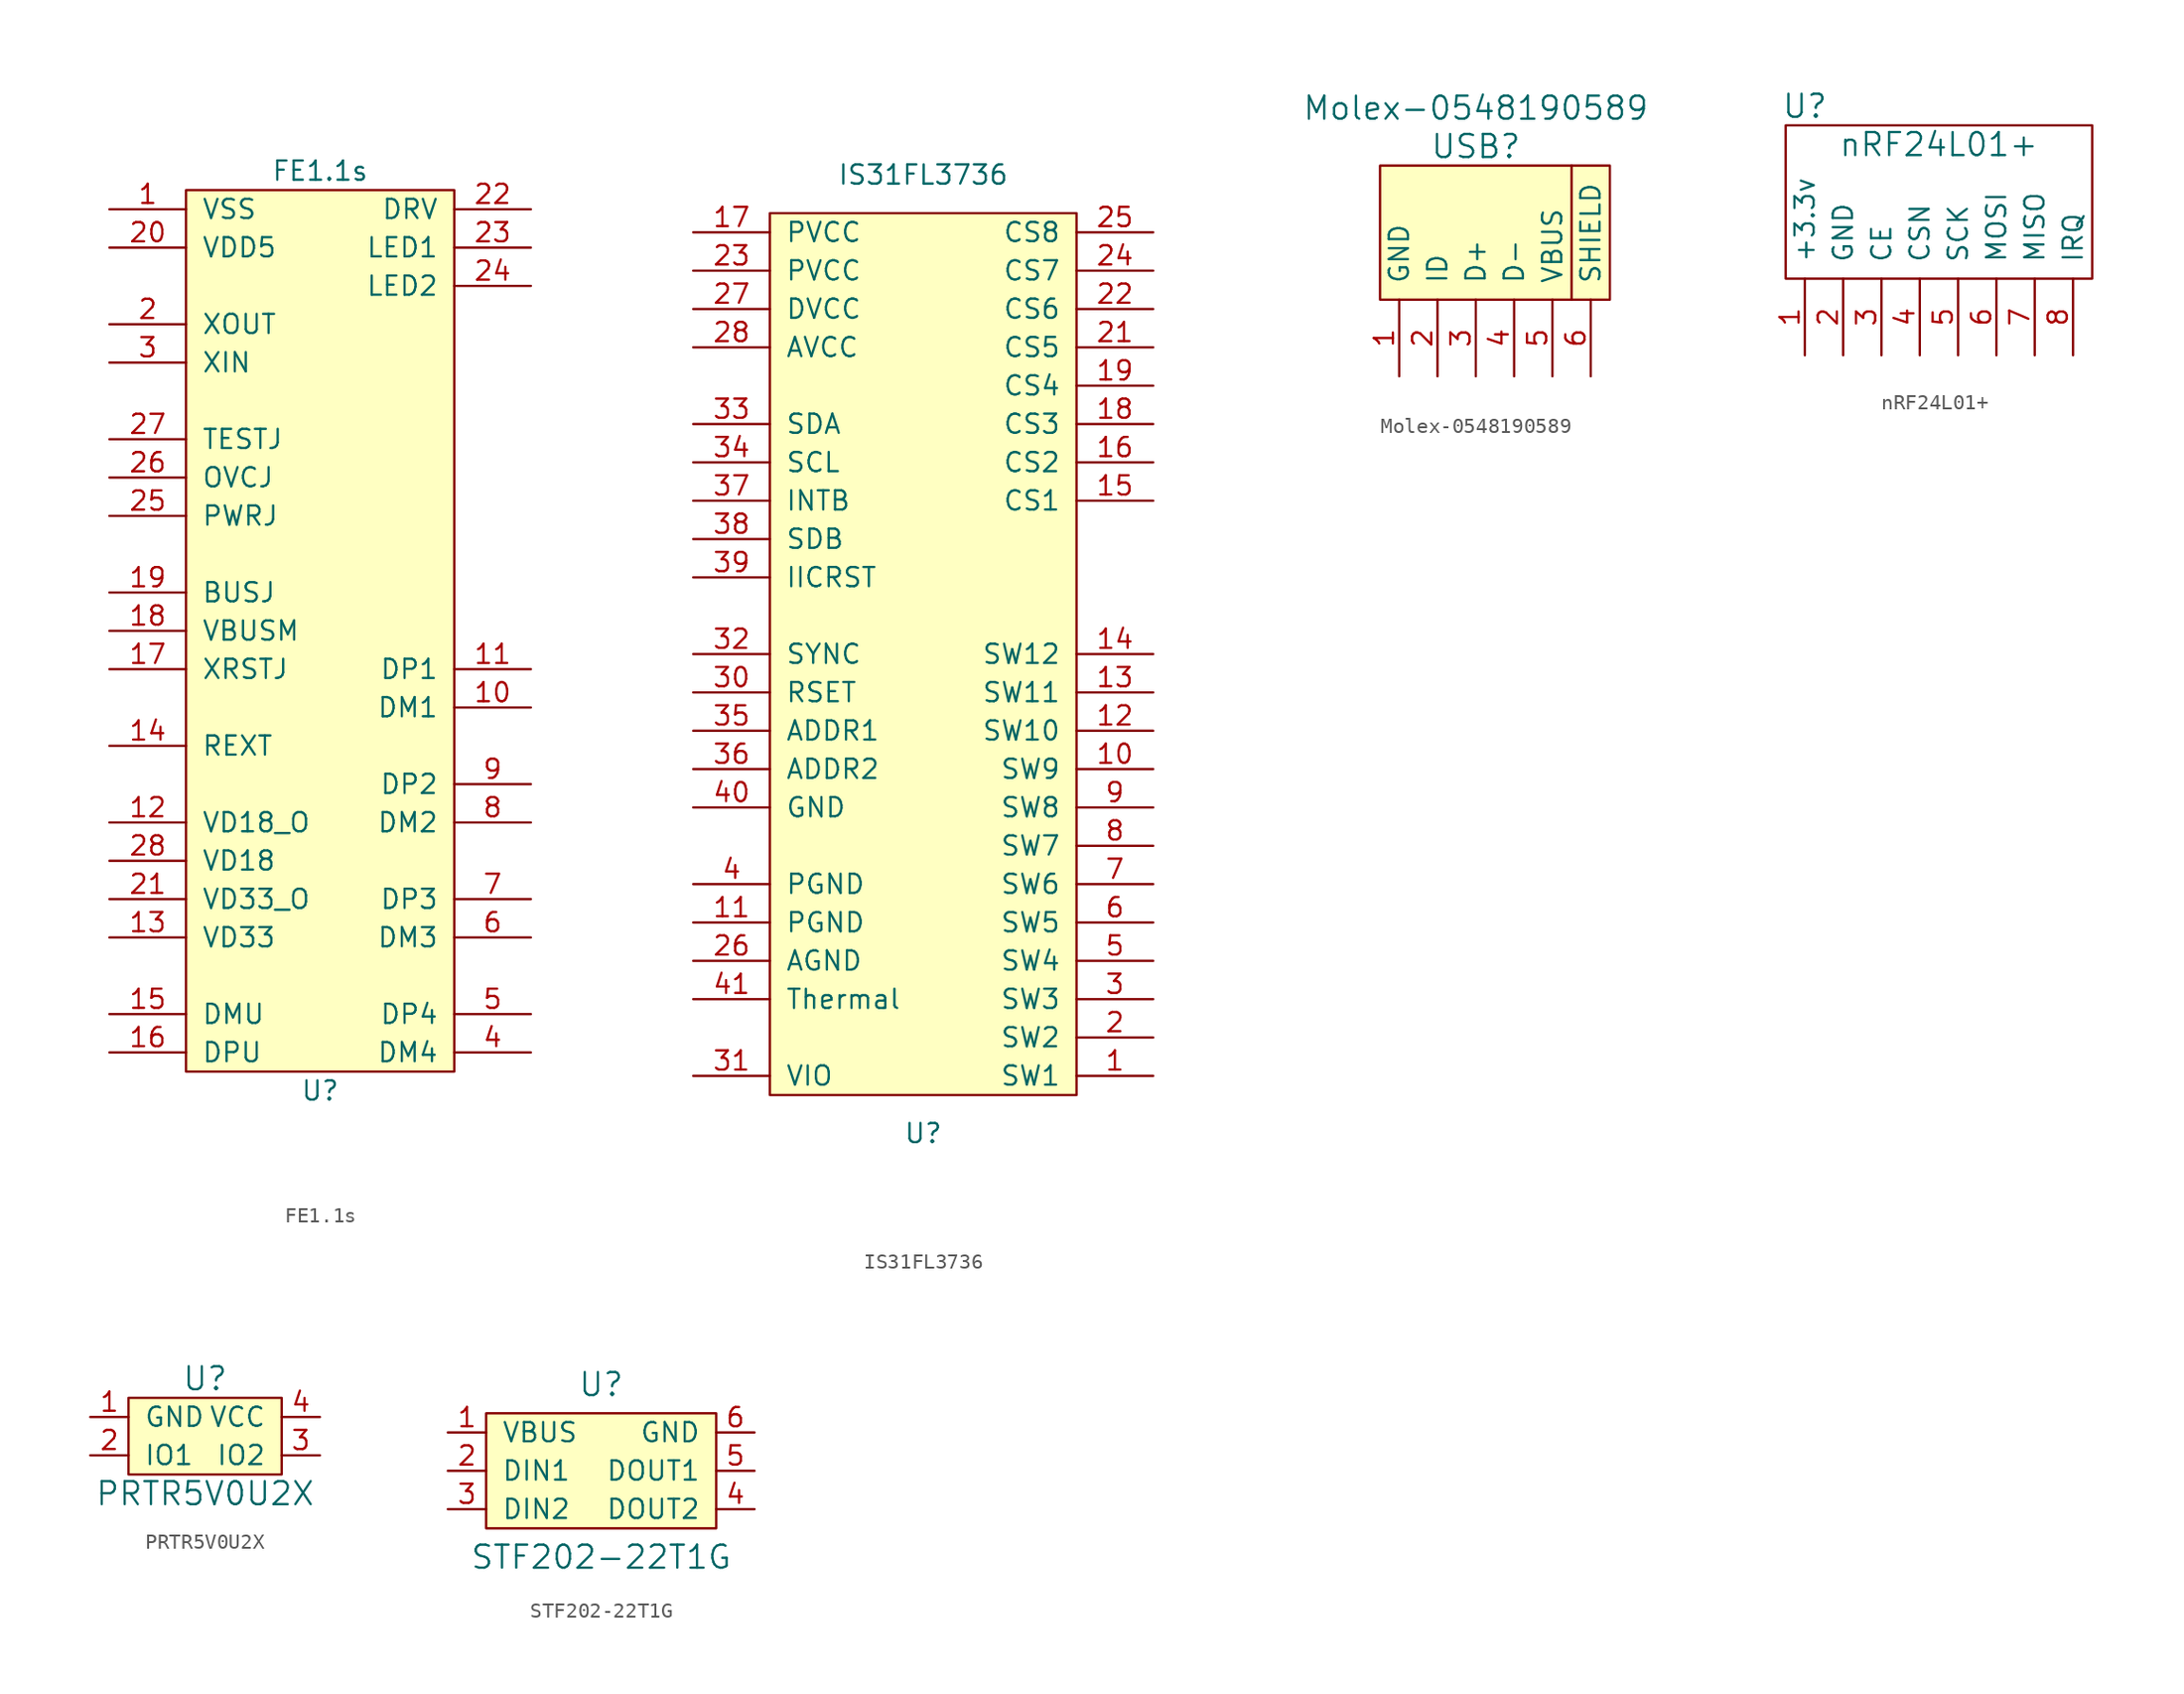
<source format=kicad_sym>
(kicad_symbol_lib
  (version 20211014)
  (generator kicad_symbol_editor)
  (symbol "FE1.1s"
    (pin_names
      (offset 1.016))
    (property "Reference" "U"
      (at 0 -29.21 0)
      (effects (font (size 1.27 1.27))))
    (property "Value" "FE1.1s"
      (at 0 31.75 0)
      (effects (font (size 1.27 1.27))))
    (symbol "FE1.1s_0_1"
      (rectangle (start -8.89 30.48) (end 8.89 -27.94) (stroke (width 0) (type default) (color 0 0 0 0)) (fill (type background))))
    (symbol "FE1.1s_1_1"
      (pin input line (at -13.97 29.21 0) (length 5.08) (name "VSS" (effects (font (size 1.27 1.27)))) (number "1" (effects (font (size 1.27 1.27)))))
      (pin input line (at 13.97 -3.81 180) (length 5.08) (name "DM1" (effects (font (size 1.27 1.27)))) (number "10" (effects (font (size 1.27 1.27)))))
      (pin input line (at 13.97 -1.27 180) (length 5.08) (name "DP1" (effects (font (size 1.27 1.27)))) (number "11" (effects (font (size 1.27 1.27)))))
      (pin input line (at -13.97 -11.43 0) (length 5.08) (name "VD18_O" (effects (font (size 1.27 1.27)))) (number "12" (effects (font (size 1.27 1.27)))))
      (pin input line (at -13.97 -19.05 0) (length 5.08) (name "VD33" (effects (font (size 1.27 1.27)))) (number "13" (effects (font (size 1.27 1.27)))))
      (pin input line (at -13.97 -6.35 0) (length 5.08) (name "REXT" (effects (font (size 1.27 1.27)))) (number "14" (effects (font (size 1.27 1.27)))))
      (pin input line (at -13.97 -24.13 0) (length 5.08) (name "DMU" (effects (font (size 1.27 1.27)))) (number "15" (effects (font (size 1.27 1.27)))))
      (pin input line (at -13.97 -26.67 0) (length 5.08) (name "DPU" (effects (font (size 1.27 1.27)))) (number "16" (effects (font (size 1.27 1.27)))))
      (pin input line (at -13.97 -1.27 0) (length 5.08) (name "XRSTJ" (effects (font (size 1.27 1.27)))) (number "17" (effects (font (size 1.27 1.27)))))
      (pin input line (at -13.97 1.27 0) (length 5.08) (name "VBUSM" (effects (font (size 1.27 1.27)))) (number "18" (effects (font (size 1.27 1.27)))))
      (pin input line (at -13.97 3.81 0) (length 5.08) (name "BUSJ" (effects (font (size 1.27 1.27)))) (number "19" (effects (font (size 1.27 1.27)))))
      (pin input line (at -13.97 21.59 0) (length 5.08) (name "XOUT" (effects (font (size 1.27 1.27)))) (number "2" (effects (font (size 1.27 1.27)))))
      (pin input line (at -13.97 26.67 0) (length 5.08) (name "VDD5" (effects (font (size 1.27 1.27)))) (number "20" (effects (font (size 1.27 1.27)))))
      (pin input line (at -13.97 -16.51 0) (length 5.08) (name "VD33_O" (effects (font (size 1.27 1.27)))) (number "21" (effects (font (size 1.27 1.27)))))
      (pin input line (at 13.97 29.21 180) (length 5.08) (name "DRV" (effects (font (size 1.27 1.27)))) (number "22" (effects (font (size 1.27 1.27)))))
      (pin input line (at 13.97 26.67 180) (length 5.08) (name "LED1" (effects (font (size 1.27 1.27)))) (number "23" (effects (font (size 1.27 1.27)))))
      (pin input line (at 13.97 24.13 180) (length 5.08) (name "LED2" (effects (font (size 1.27 1.27)))) (number "24" (effects (font (size 1.27 1.27)))))
      (pin input line (at -13.97 8.89 0) (length 5.08) (name "PWRJ" (effects (font (size 1.27 1.27)))) (number "25" (effects (font (size 1.27 1.27)))))
      (pin input line (at -13.97 11.43 0) (length 5.08) (name "OVCJ" (effects (font (size 1.27 1.27)))) (number "26" (effects (font (size 1.27 1.27)))))
      (pin input line (at -13.97 13.97 0) (length 5.08) (name "TESTJ" (effects (font (size 1.27 1.27)))) (number "27" (effects (font (size 1.27 1.27)))))
      (pin input line (at -13.97 -13.97 0) (length 5.08) (name "VD18" (effects (font (size 1.27 1.27)))) (number "28" (effects (font (size 1.27 1.27)))))
      (pin input line (at -13.97 19.05 0) (length 5.08) (name "XIN" (effects (font (size 1.27 1.27)))) (number "3" (effects (font (size 1.27 1.27)))))
      (pin input line (at 13.97 -26.67 180) (length 5.08) (name "DM4" (effects (font (size 1.27 1.27)))) (number "4" (effects (font (size 1.27 1.27)))))
      (pin input line (at 13.97 -24.13 180) (length 5.08) (name "DP4" (effects (font (size 1.27 1.27)))) (number "5" (effects (font (size 1.27 1.27)))))
      (pin input line (at 13.97 -19.05 180) (length 5.08) (name "DM3" (effects (font (size 1.27 1.27)))) (number "6" (effects (font (size 1.27 1.27)))))
      (pin input line (at 13.97 -16.51 180) (length 5.08) (name "DP3" (effects (font (size 1.27 1.27)))) (number "7" (effects (font (size 1.27 1.27)))))
      (pin input line (at 13.97 -11.43 180) (length 5.08) (name "DM2" (effects (font (size 1.27 1.27)))) (number "8" (effects (font (size 1.27 1.27)))))
      (pin input line (at 13.97 -8.89 180) (length 5.08) (name "DP2" (effects (font (size 1.27 1.27)))) (number "9" (effects (font (size 1.27 1.27)))))))
  (symbol "IS31FL3736"
    (pin_names
      (offset 1.016))
    (property "Reference" "U"
      (at 0 -31.75 0)
      (effects (font (size 1.27 1.27))))
    (property "Value" "IS31FL3736"
      (at 0 31.75 0)
      (effects (font (size 1.27 1.27))))
    (symbol "IS31FL3736_0_1"
      (rectangle (start -10.16 29.21) (end 10.16 -29.21) (stroke (width 0) (type default) (color 0 0 0 0)) (fill (type background))))
    (symbol "IS31FL3736_1_1"
      (pin input line (at 15.24 -27.94 180) (length 5.08) (name "SW1" (effects (font (size 1.27 1.27)))) (number "1" (effects (font (size 1.27 1.27)))))
      (pin input line (at 15.24 -7.62 180) (length 5.08) (name "SW9" (effects (font (size 1.27 1.27)))) (number "10" (effects (font (size 1.27 1.27)))))
      (pin input line (at -15.24 -17.78 0) (length 5.08) (name "PGND" (effects (font (size 1.27 1.27)))) (number "11" (effects (font (size 1.27 1.27)))))
      (pin input line (at 15.24 -5.08 180) (length 5.08) (name "SW10" (effects (font (size 1.27 1.27)))) (number "12" (effects (font (size 1.27 1.27)))))
      (pin input line (at 15.24 -2.54 180) (length 5.08) (name "SW11" (effects (font (size 1.27 1.27)))) (number "13" (effects (font (size 1.27 1.27)))))
      (pin input line (at 15.24 0 180) (length 5.08) (name "SW12" (effects (font (size 1.27 1.27)))) (number "14" (effects (font (size 1.27 1.27)))))
      (pin input line (at 15.24 10.16 180) (length 5.08) (name "CS1" (effects (font (size 1.27 1.27)))) (number "15" (effects (font (size 1.27 1.27)))))
      (pin input line (at 15.24 12.7 180) (length 5.08) (name "CS2" (effects (font (size 1.27 1.27)))) (number "16" (effects (font (size 1.27 1.27)))))
      (pin input line (at -15.24 27.94 0) (length 5.08) (name "PVCC" (effects (font (size 1.27 1.27)))) (number "17" (effects (font (size 1.27 1.27)))))
      (pin input line (at 15.24 15.24 180) (length 5.08) (name "CS3" (effects (font (size 1.27 1.27)))) (number "18" (effects (font (size 1.27 1.27)))))
      (pin input line (at 15.24 17.78 180) (length 5.08) (name "CS4" (effects (font (size 1.27 1.27)))) (number "19" (effects (font (size 1.27 1.27)))))
      (pin input line (at 15.24 -25.4 180) (length 5.08) (name "SW2" (effects (font (size 1.27 1.27)))) (number "2" (effects (font (size 1.27 1.27)))))
      (pin input line (at 15.24 20.32 180) (length 5.08) (name "CS5" (effects (font (size 1.27 1.27)))) (number "21" (effects (font (size 1.27 1.27)))))
      (pin input line (at 15.24 22.86 180) (length 5.08) (name "CS6" (effects (font (size 1.27 1.27)))) (number "22" (effects (font (size 1.27 1.27)))))
      (pin input line (at -15.24 25.4 0) (length 5.08) (name "PVCC" (effects (font (size 1.27 1.27)))) (number "23" (effects (font (size 1.27 1.27)))))
      (pin input line (at 15.24 25.4 180) (length 5.08) (name "CS7" (effects (font (size 1.27 1.27)))) (number "24" (effects (font (size 1.27 1.27)))))
      (pin input line (at 15.24 27.94 180) (length 5.08) (name "CS8" (effects (font (size 1.27 1.27)))) (number "25" (effects (font (size 1.27 1.27)))))
      (pin input line (at -15.24 -20.32 0) (length 5.08) (name "AGND" (effects (font (size 1.27 1.27)))) (number "26" (effects (font (size 1.27 1.27)))))
      (pin input line (at -15.24 22.86 0) (length 5.08) (name "DVCC" (effects (font (size 1.27 1.27)))) (number "27" (effects (font (size 1.27 1.27)))))
      (pin input line (at -15.24 20.32 0) (length 5.08) (name "AVCC" (effects (font (size 1.27 1.27)))) (number "28" (effects (font (size 1.27 1.27)))))
      (pin input line (at 15.24 -22.86 180) (length 5.08) (name "SW3" (effects (font (size 1.27 1.27)))) (number "3" (effects (font (size 1.27 1.27)))))
      (pin input line (at -15.24 -2.54 0) (length 5.08) (name "RSET" (effects (font (size 1.27 1.27)))) (number "30" (effects (font (size 1.27 1.27)))))
      (pin input line (at -15.24 -27.94 0) (length 5.08) (name "VIO" (effects (font (size 1.27 1.27)))) (number "31" (effects (font (size 1.27 1.27)))))
      (pin input line (at -15.24 0 0) (length 5.08) (name "SYNC" (effects (font (size 1.27 1.27)))) (number "32" (effects (font (size 1.27 1.27)))))
      (pin input line (at -15.24 15.24 0) (length 5.08) (name "SDA" (effects (font (size 1.27 1.27)))) (number "33" (effects (font (size 1.27 1.27)))))
      (pin input line (at -15.24 12.7 0) (length 5.08) (name "SCL" (effects (font (size 1.27 1.27)))) (number "34" (effects (font (size 1.27 1.27)))))
      (pin input line (at -15.24 -5.08 0) (length 5.08) (name "ADDR1" (effects (font (size 1.27 1.27)))) (number "35" (effects (font (size 1.27 1.27)))))
      (pin input line (at -15.24 -7.62 0) (length 5.08) (name "ADDR2" (effects (font (size 1.27 1.27)))) (number "36" (effects (font (size 1.27 1.27)))))
      (pin input line (at -15.24 10.16 0) (length 5.08) (name "INTB" (effects (font (size 1.27 1.27)))) (number "37" (effects (font (size 1.27 1.27)))))
      (pin input line (at -15.24 7.62 0) (length 5.08) (name "SDB" (effects (font (size 1.27 1.27)))) (number "38" (effects (font (size 1.27 1.27)))))
      (pin input line (at -15.24 5.08 0) (length 5.08) (name "IICRST" (effects (font (size 1.27 1.27)))) (number "39" (effects (font (size 1.27 1.27)))))
      (pin input line (at -15.24 -15.24 0) (length 5.08) (name "PGND" (effects (font (size 1.27 1.27)))) (number "4" (effects (font (size 1.27 1.27)))))
      (pin input line (at -15.24 -10.16 0) (length 5.08) (name "GND" (effects (font (size 1.27 1.27)))) (number "40" (effects (font (size 1.27 1.27)))))
      (pin input line (at -15.24 -22.86 0) (length 5.08) (name "Thermal" (effects (font (size 1.27 1.27)))) (number "41" (effects (font (size 1.27 1.27)))))
      (pin input line (at 15.24 -20.32 180) (length 5.08) (name "SW4" (effects (font (size 1.27 1.27)))) (number "5" (effects (font (size 1.27 1.27)))))
      (pin input line (at 15.24 -17.78 180) (length 5.08) (name "SW5" (effects (font (size 1.27 1.27)))) (number "6" (effects (font (size 1.27 1.27)))))
      (pin input line (at 15.24 -15.24 180) (length 5.08) (name "SW6" (effects (font (size 1.27 1.27)))) (number "7" (effects (font (size 1.27 1.27)))))
      (pin input line (at 15.24 -12.7 180) (length 5.08) (name "SW7" (effects (font (size 1.27 1.27)))) (number "8" (effects (font (size 1.27 1.27)))))
      (pin input line (at 15.24 -10.16 180) (length 5.08) (name "SW8" (effects (font (size 1.27 1.27)))) (number "9" (effects (font (size 1.27 1.27)))))))
  (symbol "Molex-0548190589"
    (pin_names
      (offset 1.016))
    (property "Reference" "USB"
      (at 0 7.62 0)
      (effects (font (size 1.524 1.524))))
    (property "Value" "Molex-0548190589"
      (at 0 10.16 0)
      (effects (font (size 1.524 1.524))))
    (symbol "Molex-0548190589_0_0"
      (polyline (pts (xy 6.35 -2.54) (xy 6.35 6.35)) (stroke (width 0) (type default) (color 0 0 0 0)) (fill (type none)))
      (rectangle (start 8.89 -2.54) (end -6.35 6.35) (stroke (width 0) (type default) (color 0 0 0 0)) (fill (type background))))
    (symbol "Molex-0548190589_1_1"
      (pin input line (at -5.08 -7.62 90) (length 5.08) (name "GND" (effects (font (size 1.27 1.27)))) (number "1" (effects (font (size 1.27 1.27)))))
      (pin input line (at -2.54 -7.62 90) (length 5.08) (name "ID" (effects (font (size 1.27 1.27)))) (number "2" (effects (font (size 1.27 1.27)))))
      (pin input line (at 0 -7.62 90) (length 5.08) (name "D+" (effects (font (size 1.27 1.27)))) (number "3" (effects (font (size 1.27 1.27)))))
      (pin input line (at 2.54 -7.62 90) (length 5.08) (name "D-" (effects (font (size 1.27 1.27)))) (number "4" (effects (font (size 1.27 1.27)))))
      (pin input line (at 5.08 -7.62 90) (length 5.08) (name "VBUS" (effects (font (size 1.27 1.27)))) (number "5" (effects (font (size 1.27 1.27)))))
      (pin input line (at 7.62 -7.62 90) (length 5.08) (name "SHIELD" (effects (font (size 1.27 1.27)))) (number "6" (effects (font (size 1.27 1.27)))))))
  (symbol "nRF24L01+"
    (pin_names
      (offset 1.016))
    (property "Reference" "U"
      (at -8.89 6.35 0)
      (effects (font (size 1.524 1.524))))
    (property "Value" "nRF24L01+"
      (at 0 3.81 0)
      (effects (font (size 1.524 1.524))))
    (property "Footprint" ""
      (at -3.81 -5.08 0)
      (effects (font (size 1.524 1.524))))
    (property "Datasheet" ""
      (at -3.81 -5.08 0)
      (effects (font (size 1.524 1.524))))
    (symbol "nRF24L01+_0_1"
      (rectangle (start -10.16 5.08) (end 10.16 -5.08) (stroke (width 0) (type default) (color 0 0 0 0)) (fill (type none))))
    (symbol "nRF24L01+_1_1"
      (pin bidirectional line (at -8.89 -10.16 90) (length 5.08) (name "+3.3v" (effects (font (size 1.27 1.27)))) (number "1" (effects (font (size 1.27 1.27)))))
      (pin bidirectional line (at -6.35 -10.16 90) (length 5.08) (name "GND" (effects (font (size 1.27 1.27)))) (number "2" (effects (font (size 1.27 1.27)))))
      (pin bidirectional line (at -3.81 -10.16 90) (length 5.08) (name "CE" (effects (font (size 1.27 1.27)))) (number "3" (effects (font (size 1.27 1.27)))))
      (pin bidirectional line (at -1.27 -10.16 90) (length 5.08) (name "CSN" (effects (font (size 1.27 1.27)))) (number "4" (effects (font (size 1.27 1.27)))))
      (pin bidirectional line (at 1.27 -10.16 90) (length 5.08) (name "SCK" (effects (font (size 1.27 1.27)))) (number "5" (effects (font (size 1.27 1.27)))))
      (pin bidirectional line (at 3.81 -10.16 90) (length 5.08) (name "MOSI" (effects (font (size 1.27 1.27)))) (number "6" (effects (font (size 1.27 1.27)))))
      (pin bidirectional line (at 6.35 -10.16 90) (length 5.08) (name "MISO" (effects (font (size 1.27 1.27)))) (number "7" (effects (font (size 1.27 1.27)))))
      (pin bidirectional line (at 8.89 -10.16 90) (length 5.08) (name "IRQ" (effects (font (size 1.27 1.27)))) (number "8" (effects (font (size 1.27 1.27)))))))
  (symbol "PRTR5V0U2X"
    (pin_names
      (offset 1.016))
    (property "Reference" "U"
      (at 0 3.81 0)
      (effects (font (size 1.524 1.524))))
    (property "Value" "PRTR5V0U2X"
      (at 0 -3.81 0)
      (effects (font (size 1.524 1.524))))
    (symbol "PRTR5V0U2X_0_1"
      (rectangle (start -5.08 2.54) (end 5.08 -2.54) (stroke (width 0) (type default) (color 0 0 0 0)) (fill (type background))))
    (symbol "PRTR5V0U2X_1_1"
      (pin input line (at -7.62 1.27 0) (length 2.54) (name "GND" (effects (font (size 1.27 1.27)))) (number "1" (effects (font (size 1.27 1.27)))))
      (pin input line (at -7.62 -1.27 0) (length 2.54) (name "IO1" (effects (font (size 1.27 1.27)))) (number "2" (effects (font (size 1.27 1.27)))))
      (pin input line (at 7.62 -1.27 180) (length 2.54) (name "IO2" (effects (font (size 1.27 1.27)))) (number "3" (effects (font (size 1.27 1.27)))))
      (pin input line (at 7.62 1.27 180) (length 2.54) (name "VCC" (effects (font (size 1.27 1.27)))) (number "4" (effects (font (size 1.27 1.27)))))))
  (symbol "STF202-22T1G"
    (pin_names
      (offset 1.016))
    (property "Reference" "U"
      (at 0 5.715 0)
      (effects (font (size 1.524 1.524))))
    (property "Value" "STF202-22T1G"
      (at 0 -5.715 0)
      (effects (font (size 1.524 1.524))))
    (symbol "STF202-22T1G_0_1"
      (rectangle (start -7.62 3.81) (end 7.62 -3.81) (stroke (width 0) (type default) (color 0 0 0 0)) (fill (type background))))
    (symbol "STF202-22T1G_1_1"
      (pin input line (at -10.16 2.54 0) (length 2.54) (name "VBUS" (effects (font (size 1.27 1.27)))) (number "1" (effects (font (size 1.27 1.27)))))
      (pin input line (at -10.16 0 0) (length 2.54) (name "DIN1" (effects (font (size 1.27 1.27)))) (number "2" (effects (font (size 1.27 1.27)))))
      (pin input line (at -10.16 -2.54 0) (length 2.54) (name "DIN2" (effects (font (size 1.27 1.27)))) (number "3" (effects (font (size 1.27 1.27)))))
      (pin input line (at 10.16 -2.54 180) (length 2.54) (name "DOUT2" (effects (font (size 1.27 1.27)))) (number "4" (effects (font (size 1.27 1.27)))))
      (pin input line (at 10.16 0 180) (length 2.54) (name "DOUT1" (effects (font (size 1.27 1.27)))) (number "5" (effects (font (size 1.27 1.27)))))
      (pin input line (at 10.16 2.54 180) (length 2.54) (name "GND" (effects (font (size 1.27 1.27)))) (number "6" (effects (font (size 1.27 1.27))))))))
</source>
